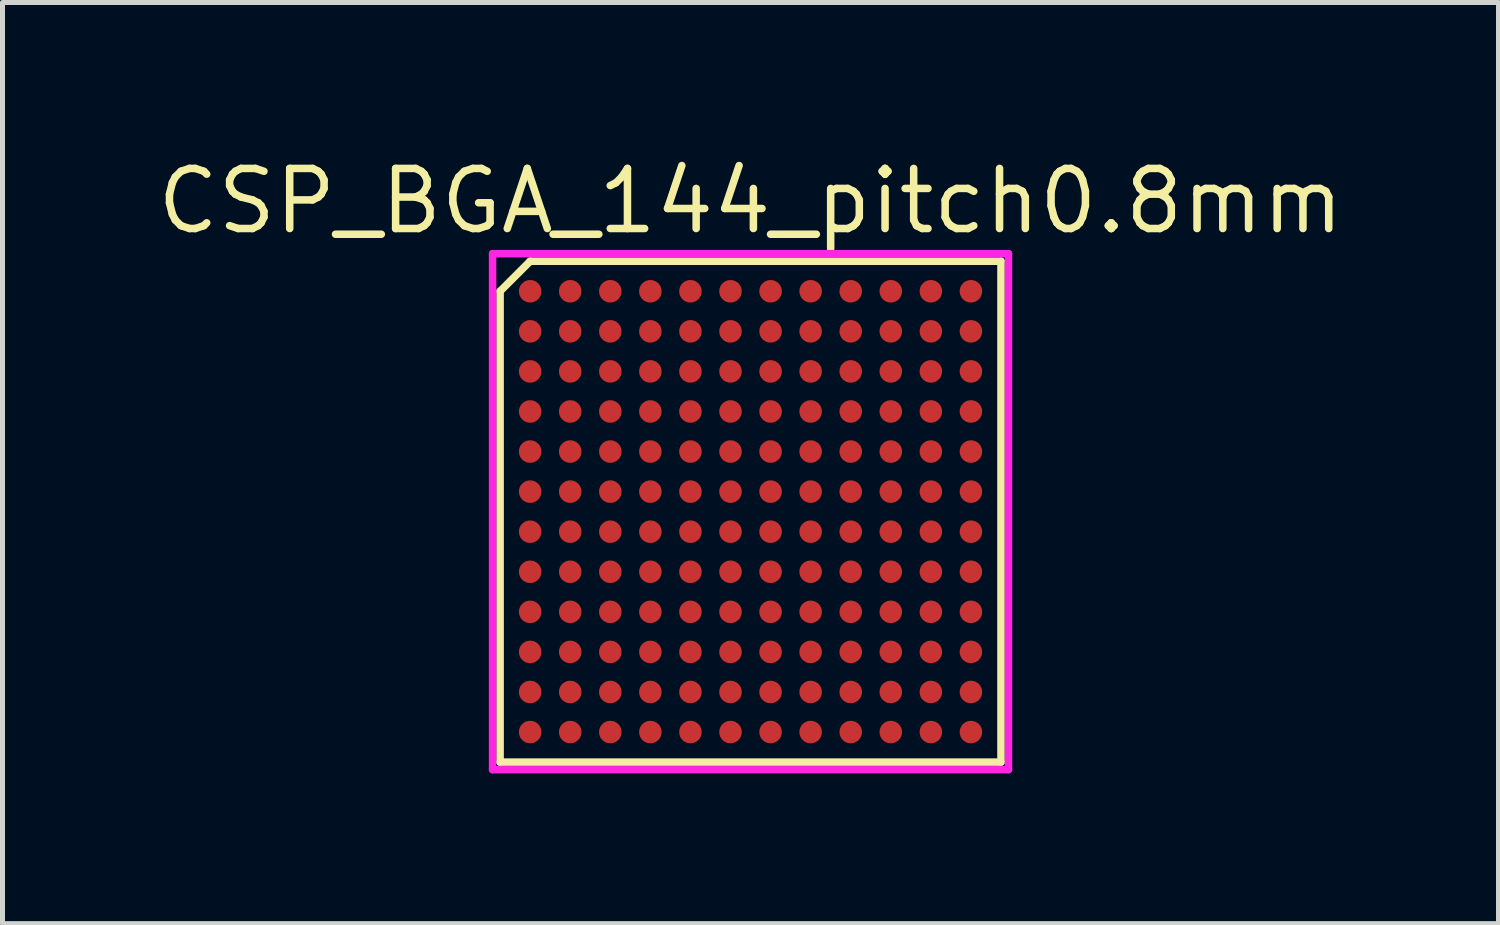
<source format=kicad_pcb>
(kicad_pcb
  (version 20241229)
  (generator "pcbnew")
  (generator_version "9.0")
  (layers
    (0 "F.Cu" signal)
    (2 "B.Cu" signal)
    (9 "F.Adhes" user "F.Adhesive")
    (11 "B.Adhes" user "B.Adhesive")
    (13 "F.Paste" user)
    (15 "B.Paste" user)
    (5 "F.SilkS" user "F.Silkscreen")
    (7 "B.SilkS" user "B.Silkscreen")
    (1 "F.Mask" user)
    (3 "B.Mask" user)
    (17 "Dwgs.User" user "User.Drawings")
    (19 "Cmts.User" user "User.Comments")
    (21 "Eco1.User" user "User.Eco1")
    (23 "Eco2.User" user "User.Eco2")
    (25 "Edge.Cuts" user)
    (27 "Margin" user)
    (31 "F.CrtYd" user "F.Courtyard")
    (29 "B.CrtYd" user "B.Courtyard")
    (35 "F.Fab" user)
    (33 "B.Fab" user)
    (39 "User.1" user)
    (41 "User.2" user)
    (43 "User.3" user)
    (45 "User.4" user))
  (footprint "CSP_BGA_144_pitch0.8mm"
    (layer "F.Cu")
    (at 11.934 7.165)
    (property "Reference" "CSP_BGA_144_pitch0.8mm" (at 0 -6.2 0) (layer "F.SilkS") (effects (font (size 1.2 1.2) (thickness 0.15))))
    (attr smd)
    (fp_line (start -5 -4.4) (end -5 5) (stroke (width 0.15) (type solid)) (layer "F.SilkS"))
    (fp_line (start -5 5) (end 5 5) (stroke (width 0.15) (type solid)) (layer "F.SilkS"))
    (fp_line (start -4.4 -5) (end -5 -4.4) (stroke (width 0.15) (type solid)) (layer "F.SilkS"))
    (fp_line (start 5 -5) (end -4.4 -5) (stroke (width 0.15) (type solid)) (layer "F.SilkS"))
    (fp_line (start 5 5) (end 5 -5) (stroke (width 0.15) (type solid)) (layer "F.SilkS"))
    (fp_line (start -5.15 -5.15) (end 5.15 -5.15) (stroke (width 0.15) (type solid)) (layer "F.CrtYd"))
    (fp_line (start -5.15 5.15) (end -5.15 -5.15) (stroke (width 0.15) (type solid)) (layer "F.CrtYd"))
    (fp_line (start 5.15 -5.15) (end 5.15 5.15) (stroke (width 0.15) (type solid)) (layer "F.CrtYd"))
    (fp_line (start 5.15 5.15) (end -5.15 5.15) (stroke (width 0.15) (type solid)) (layer "F.CrtYd"))
    (pad "A1" smd circle (at -4.4 -4.4) (size 0.45 0.45) (layers "F.Cu" "F.Mask" "F.Paste"))
    (pad "A2" smd circle (at -3.6 -4.4) (size 0.45 0.45) (layers "F.Cu" "F.Mask" "F.Paste"))
    (pad "A3" smd circle (at -2.8 -4.4) (size 0.45 0.45) (layers "F.Cu" "F.Mask" "F.Paste"))
    (pad "A4" smd circle (at -2 -4.4) (size 0.45 0.45) (layers "F.Cu" "F.Mask" "F.Paste"))
    (pad "A5" smd circle (at -1.2 -4.4) (size 0.45 0.45) (layers "F.Cu" "F.Mask" "F.Paste"))
    (pad "A6" smd circle (at -0.4 -4.4) (size 0.45 0.45) (layers "F.Cu" "F.Mask" "F.Paste"))
    (pad "A7" smd circle (at 0.4 -4.4) (size 0.45 0.45) (layers "F.Cu" "F.Mask" "F.Paste"))
    (pad "A8" smd circle (at 1.2 -4.4) (size 0.45 0.45) (layers "F.Cu" "F.Mask" "F.Paste"))
    (pad "A9" smd circle (at 2 -4.4) (size 0.45 0.45) (layers "F.Cu" "F.Mask" "F.Paste"))
    (pad "A10" smd circle (at 2.8 -4.4) (size 0.45 0.45) (layers "F.Cu" "F.Mask" "F.Paste"))
    (pad "A11" smd circle (at 3.6 -4.4) (size 0.45 0.45) (layers "F.Cu" "F.Mask" "F.Paste"))
    (pad "A12" smd circle (at 4.4 -4.4) (size 0.45 0.45) (layers "F.Cu" "F.Mask" "F.Paste"))
    (pad "B1" smd circle (at -4.4 -3.6) (size 0.45 0.45) (layers "F.Cu" "F.Mask" "F.Paste"))
    (pad "B2" smd circle (at -3.6 -3.6) (size 0.45 0.45) (layers "F.Cu" "F.Mask" "F.Paste"))
    (pad "B3" smd circle (at -2.8 -3.6) (size 0.45 0.45) (layers "F.Cu" "F.Mask" "F.Paste"))
    (pad "B4" smd circle (at -2 -3.6) (size 0.45 0.45) (layers "F.Cu" "F.Mask" "F.Paste"))
    (pad "B5" smd circle (at -1.2 -3.6) (size 0.45 0.45) (layers "F.Cu" "F.Mask" "F.Paste"))
    (pad "B6" smd circle (at -0.4 -3.6) (size 0.45 0.45) (layers "F.Cu" "F.Mask" "F.Paste"))
    (pad "B7" smd circle (at 0.4 -3.6) (size 0.45 0.45) (layers "F.Cu" "F.Mask" "F.Paste"))
    (pad "B8" smd circle (at 1.2 -3.6) (size 0.45 0.45) (layers "F.Cu" "F.Mask" "F.Paste"))
    (pad "B9" smd circle (at 2 -3.6) (size 0.45 0.45) (layers "F.Cu" "F.Mask" "F.Paste"))
    (pad "B10" smd circle (at 2.8 -3.6) (size 0.45 0.45) (layers "F.Cu" "F.Mask" "F.Paste"))
    (pad "B11" smd circle (at 3.6 -3.6) (size 0.45 0.45) (layers "F.Cu" "F.Mask" "F.Paste"))
    (pad "B12" smd circle (at 4.4 -3.6) (size 0.45 0.45) (layers "F.Cu" "F.Mask" "F.Paste"))
    (pad "C1" smd circle (at -4.4 -2.8) (size 0.45 0.45) (layers "F.Cu" "F.Mask" "F.Paste"))
    (pad "C2" smd circle (at -3.6 -2.8) (size 0.45 0.45) (layers "F.Cu" "F.Mask" "F.Paste"))
    (pad "C3" smd circle (at -2.8 -2.8) (size 0.45 0.45) (layers "F.Cu" "F.Mask" "F.Paste"))
    (pad "C4" smd circle (at -2 -2.8) (size 0.45 0.45) (layers "F.Cu" "F.Mask" "F.Paste"))
    (pad "C5" smd circle (at -1.2 -2.8) (size 0.45 0.45) (layers "F.Cu" "F.Mask" "F.Paste"))
    (pad "C6" smd circle (at -0.4 -2.8) (size 0.45 0.45) (layers "F.Cu" "F.Mask" "F.Paste"))
    (pad "C7" smd circle (at 0.4 -2.8) (size 0.45 0.45) (layers "F.Cu" "F.Mask" "F.Paste"))
    (pad "C8" smd circle (at 1.2 -2.8) (size 0.45 0.45) (layers "F.Cu" "F.Mask" "F.Paste"))
    (pad "C9" smd circle (at 2 -2.8) (size 0.45 0.45) (layers "F.Cu" "F.Mask" "F.Paste"))
    (pad "C10" smd circle (at 2.8 -2.8) (size 0.45 0.45) (layers "F.Cu" "F.Mask" "F.Paste"))
    (pad "C11" smd circle (at 3.6 -2.8) (size 0.45 0.45) (layers "F.Cu" "F.Mask" "F.Paste"))
    (pad "C12" smd circle (at 4.4 -2.8) (size 0.45 0.45) (layers "F.Cu" "F.Mask" "F.Paste"))
    (pad "D1" smd circle (at -4.4 -2) (size 0.45 0.45) (layers "F.Cu" "F.Mask" "F.Paste"))
    (pad "D2" smd circle (at -3.6 -2) (size 0.45 0.45) (layers "F.Cu" "F.Mask" "F.Paste"))
    (pad "D3" smd circle (at -2.8 -2) (size 0.45 0.45) (layers "F.Cu" "F.Mask" "F.Paste"))
    (pad "D4" smd circle (at -2 -2) (size 0.45 0.45) (layers "F.Cu" "F.Mask" "F.Paste"))
    (pad "D5" smd circle (at -1.2 -2) (size 0.45 0.45) (layers "F.Cu" "F.Mask" "F.Paste"))
    (pad "D6" smd circle (at -0.4 -2) (size 0.45 0.45) (layers "F.Cu" "F.Mask" "F.Paste"))
    (pad "D7" smd circle (at 0.4 -2) (size 0.45 0.45) (layers "F.Cu" "F.Mask" "F.Paste"))
    (pad "D8" smd circle (at 1.2 -2) (size 0.45 0.45) (layers "F.Cu" "F.Mask" "F.Paste"))
    (pad "D9" smd circle (at 2 -2) (size 0.45 0.45) (layers "F.Cu" "F.Mask" "F.Paste"))
    (pad "D10" smd circle (at 2.8 -2) (size 0.45 0.45) (layers "F.Cu" "F.Mask" "F.Paste"))
    (pad "D11" smd circle (at 3.6 -2) (size 0.45 0.45) (layers "F.Cu" "F.Mask" "F.Paste"))
    (pad "D12" smd circle (at 4.4 -2) (size 0.45 0.45) (layers "F.Cu" "F.Mask" "F.Paste"))
    (pad "E1" smd circle (at -4.4 -1.2) (size 0.45 0.45) (layers "F.Cu" "F.Mask" "F.Paste"))
    (pad "E2" smd circle (at -3.6 -1.2) (size 0.45 0.45) (layers "F.Cu" "F.Mask" "F.Paste"))
    (pad "E3" smd circle (at -2.8 -1.2) (size 0.45 0.45) (layers "F.Cu" "F.Mask" "F.Paste"))
    (pad "E4" smd circle (at -2 -1.2) (size 0.45 0.45) (layers "F.Cu" "F.Mask" "F.Paste"))
    (pad "E5" smd circle (at -1.2 -1.2) (size 0.45 0.45) (layers "F.Cu" "F.Mask" "F.Paste"))
    (pad "E6" smd circle (at -0.4 -1.2) (size 0.45 0.45) (layers "F.Cu" "F.Mask" "F.Paste"))
    (pad "E7" smd circle (at 0.4 -1.2) (size 0.45 0.45) (layers "F.Cu" "F.Mask" "F.Paste"))
    (pad "E8" smd circle (at 1.2 -1.2) (size 0.45 0.45) (layers "F.Cu" "F.Mask" "F.Paste"))
    (pad "E9" smd circle (at 2 -1.2) (size 0.45 0.45) (layers "F.Cu" "F.Mask" "F.Paste"))
    (pad "E10" smd circle (at 2.8 -1.2) (size 0.45 0.45) (layers "F.Cu" "F.Mask" "F.Paste"))
    (pad "E11" smd circle (at 3.6 -1.2) (size 0.45 0.45) (layers "F.Cu" "F.Mask" "F.Paste"))
    (pad "E12" smd circle (at 4.4 -1.2) (size 0.45 0.45) (layers "F.Cu" "F.Mask" "F.Paste"))
    (pad "F1" smd circle (at -4.4 -0.4) (size 0.45 0.45) (layers "F.Cu" "F.Mask" "F.Paste"))
    (pad "F2" smd circle (at -3.6 -0.4) (size 0.45 0.45) (layers "F.Cu" "F.Mask" "F.Paste"))
    (pad "F3" smd circle (at -2.8 -0.4) (size 0.45 0.45) (layers "F.Cu" "F.Mask" "F.Paste"))
    (pad "F4" smd circle (at -2 -0.4) (size 0.45 0.45) (layers "F.Cu" "F.Mask" "F.Paste"))
    (pad "F5" smd circle (at -1.2 -0.4) (size 0.45 0.45) (layers "F.Cu" "F.Mask" "F.Paste"))
    (pad "F6" smd circle (at -0.4 -0.4) (size 0.45 0.45) (layers "F.Cu" "F.Mask" "F.Paste"))
    (pad "F7" smd circle (at 0.4 -0.4) (size 0.45 0.45) (layers "F.Cu" "F.Mask" "F.Paste"))
    (pad "F8" smd circle (at 1.2 -0.4) (size 0.45 0.45) (layers "F.Cu" "F.Mask" "F.Paste"))
    (pad "F9" smd circle (at 2 -0.4) (size 0.45 0.45) (layers "F.Cu" "F.Mask" "F.Paste"))
    (pad "F10" smd circle (at 2.8 -0.4) (size 0.45 0.45) (layers "F.Cu" "F.Mask" "F.Paste"))
    (pad "F11" smd circle (at 3.6 -0.4) (size 0.45 0.45) (layers "F.Cu" "F.Mask" "F.Paste"))
    (pad "F12" smd circle (at 4.4 -0.4) (size 0.45 0.45) (layers "F.Cu" "F.Mask" "F.Paste"))
    (pad "G1" smd circle (at -4.4 0.4) (size 0.45 0.45) (layers "F.Cu" "F.Mask" "F.Paste"))
    (pad "G2" smd circle (at -3.6 0.4) (size 0.45 0.45) (layers "F.Cu" "F.Mask" "F.Paste"))
    (pad "G3" smd circle (at -2.8 0.4) (size 0.45 0.45) (layers "F.Cu" "F.Mask" "F.Paste"))
    (pad "G4" smd circle (at -2 0.4) (size 0.45 0.45) (layers "F.Cu" "F.Mask" "F.Paste"))
    (pad "G5" smd circle (at -1.2 0.4) (size 0.45 0.45) (layers "F.Cu" "F.Mask" "F.Paste"))
    (pad "G6" smd circle (at -0.4 0.4) (size 0.45 0.45) (layers "F.Cu" "F.Mask" "F.Paste"))
    (pad "G7" smd circle (at 0.4 0.4) (size 0.45 0.45) (layers "F.Cu" "F.Mask" "F.Paste"))
    (pad "G8" smd circle (at 1.2 0.4) (size 0.45 0.45) (layers "F.Cu" "F.Mask" "F.Paste"))
    (pad "G9" smd circle (at 2 0.4) (size 0.45 0.45) (layers "F.Cu" "F.Mask" "F.Paste"))
    (pad "G10" smd circle (at 2.8 0.4) (size 0.45 0.45) (layers "F.Cu" "F.Mask" "F.Paste"))
    (pad "G11" smd circle (at 3.6 0.4) (size 0.45 0.45) (layers "F.Cu" "F.Mask" "F.Paste"))
    (pad "G12" smd circle (at 4.4 0.4) (size 0.45 0.45) (layers "F.Cu" "F.Mask" "F.Paste"))
    (pad "H1" smd circle (at -4.4 1.2) (size 0.45 0.45) (layers "F.Cu" "F.Mask" "F.Paste"))
    (pad "H2" smd circle (at -3.6 1.2) (size 0.45 0.45) (layers "F.Cu" "F.Mask" "F.Paste"))
    (pad "H3" smd circle (at -2.8 1.2) (size 0.45 0.45) (layers "F.Cu" "F.Mask" "F.Paste"))
    (pad "H4" smd circle (at -2 1.2) (size 0.45 0.45) (layers "F.Cu" "F.Mask" "F.Paste"))
    (pad "H5" smd circle (at -1.2 1.2) (size 0.45 0.45) (layers "F.Cu" "F.Mask" "F.Paste"))
    (pad "H6" smd circle (at -0.4 1.2) (size 0.45 0.45) (layers "F.Cu" "F.Mask" "F.Paste"))
    (pad "H7" smd circle (at 0.4 1.2) (size 0.45 0.45) (layers "F.Cu" "F.Mask" "F.Paste"))
    (pad "H8" smd circle (at 1.2 1.2) (size 0.45 0.45) (layers "F.Cu" "F.Mask" "F.Paste"))
    (pad "H9" smd circle (at 2 1.2) (size 0.45 0.45) (layers "F.Cu" "F.Mask" "F.Paste"))
    (pad "H10" smd circle (at 2.8 1.2) (size 0.45 0.45) (layers "F.Cu" "F.Mask" "F.Paste"))
    (pad "H11" smd circle (at 3.6 1.2) (size 0.45 0.45) (layers "F.Cu" "F.Mask" "F.Paste"))
    (pad "H12" smd circle (at 4.4 1.2) (size 0.45 0.45) (layers "F.Cu" "F.Mask" "F.Paste"))
    (pad "J1" smd circle (at -4.4 2) (size 0.45 0.45) (layers "F.Cu" "F.Mask" "F.Paste"))
    (pad "J2" smd circle (at -3.6 2) (size 0.45 0.45) (layers "F.Cu" "F.Mask" "F.Paste"))
    (pad "J3" smd circle (at -2.8 2) (size 0.45 0.45) (layers "F.Cu" "F.Mask" "F.Paste"))
    (pad "J4" smd circle (at -2 2) (size 0.45 0.45) (layers "F.Cu" "F.Mask" "F.Paste"))
    (pad "J5" smd circle (at -1.2 2) (size 0.45 0.45) (layers "F.Cu" "F.Mask" "F.Paste"))
    (pad "J6" smd circle (at -0.4 2) (size 0.45 0.45) (layers "F.Cu" "F.Mask" "F.Paste"))
    (pad "J7" smd circle (at 0.4 2) (size 0.45 0.45) (layers "F.Cu" "F.Mask" "F.Paste"))
    (pad "J8" smd circle (at 1.2 2) (size 0.45 0.45) (layers "F.Cu" "F.Mask" "F.Paste"))
    (pad "J9" smd circle (at 2 2) (size 0.45 0.45) (layers "F.Cu" "F.Mask" "F.Paste"))
    (pad "J10" smd circle (at 2.8 2) (size 0.45 0.45) (layers "F.Cu" "F.Mask" "F.Paste"))
    (pad "J11" smd circle (at 3.6 2) (size 0.45 0.45) (layers "F.Cu" "F.Mask" "F.Paste"))
    (pad "J12" smd circle (at 4.4 2) (size 0.45 0.45) (layers "F.Cu" "F.Mask" "F.Paste"))
    (pad "K1" smd circle (at -4.4 2.8) (size 0.45 0.45) (layers "F.Cu" "F.Mask" "F.Paste"))
    (pad "K2" smd circle (at -3.6 2.8) (size 0.45 0.45) (layers "F.Cu" "F.Mask" "F.Paste"))
    (pad "K3" smd circle (at -2.8 2.8) (size 0.45 0.45) (layers "F.Cu" "F.Mask" "F.Paste"))
    (pad "K4" smd circle (at -2 2.8) (size 0.45 0.45) (layers "F.Cu" "F.Mask" "F.Paste"))
    (pad "K5" smd circle (at -1.2 2.8) (size 0.45 0.45) (layers "F.Cu" "F.Mask" "F.Paste"))
    (pad "K6" smd circle (at -0.4 2.8) (size 0.45 0.45) (layers "F.Cu" "F.Mask" "F.Paste"))
    (pad "K7" smd circle (at 0.4 2.8) (size 0.45 0.45) (layers "F.Cu" "F.Mask" "F.Paste"))
    (pad "K8" smd circle (at 1.2 2.8) (size 0.45 0.45) (layers "F.Cu" "F.Mask" "F.Paste"))
    (pad "K9" smd circle (at 2 2.8) (size 0.45 0.45) (layers "F.Cu" "F.Mask" "F.Paste"))
    (pad "K10" smd circle (at 2.8 2.8) (size 0.45 0.45) (layers "F.Cu" "F.Mask" "F.Paste"))
    (pad "K11" smd circle (at 3.6 2.8) (size 0.45 0.45) (layers "F.Cu" "F.Mask" "F.Paste"))
    (pad "K12" smd circle (at 4.4 2.8) (size 0.45 0.45) (layers "F.Cu" "F.Mask" "F.Paste"))
    (pad "L1" smd circle (at -4.4 3.6) (size 0.45 0.45) (layers "F.Cu" "F.Mask" "F.Paste"))
    (pad "L2" smd circle (at -3.6 3.6) (size 0.45 0.45) (layers "F.Cu" "F.Mask" "F.Paste"))
    (pad "L3" smd circle (at -2.8 3.6) (size 0.45 0.45) (layers "F.Cu" "F.Mask" "F.Paste"))
    (pad "L4" smd circle (at -2 3.6) (size 0.45 0.45) (layers "F.Cu" "F.Mask" "F.Paste"))
    (pad "L5" smd circle (at -1.2 3.6) (size 0.45 0.45) (layers "F.Cu" "F.Mask" "F.Paste"))
    (pad "L6" smd circle (at -0.4 3.6) (size 0.45 0.45) (layers "F.Cu" "F.Mask" "F.Paste"))
    (pad "L7" smd circle (at 0.4 3.6) (size 0.45 0.45) (layers "F.Cu" "F.Mask" "F.Paste"))
    (pad "L8" smd circle (at 1.2 3.6) (size 0.45 0.45) (layers "F.Cu" "F.Mask" "F.Paste"))
    (pad "L9" smd circle (at 2 3.6) (size 0.45 0.45) (layers "F.Cu" "F.Mask" "F.Paste"))
    (pad "L10" smd circle (at 2.8 3.6) (size 0.45 0.45) (layers "F.Cu" "F.Mask" "F.Paste"))
    (pad "L11" smd circle (at 3.6 3.6) (size 0.45 0.45) (layers "F.Cu" "F.Mask" "F.Paste"))
    (pad "L12" smd circle (at 4.4 3.6) (size 0.45 0.45) (layers "F.Cu" "F.Mask" "F.Paste"))
    (pad "M1" smd circle (at -4.4 4.4) (size 0.45 0.45) (layers "F.Cu" "F.Mask" "F.Paste"))
    (pad "M2" smd circle (at -3.6 4.4) (size 0.45 0.45) (layers "F.Cu" "F.Mask" "F.Paste"))
    (pad "M3" smd circle (at -2.8 4.4) (size 0.45 0.45) (layers "F.Cu" "F.Mask" "F.Paste"))
    (pad "M4" smd circle (at -2 4.4) (size 0.45 0.45) (layers "F.Cu" "F.Mask" "F.Paste"))
    (pad "M5" smd circle (at -1.2 4.4) (size 0.45 0.45) (layers "F.Cu" "F.Mask" "F.Paste"))
    (pad "M6" smd circle (at -0.4 4.4) (size 0.45 0.45) (layers "F.Cu" "F.Mask" "F.Paste"))
    (pad "M7" smd circle (at 0.4 4.4) (size 0.45 0.45) (layers "F.Cu" "F.Mask" "F.Paste"))
    (pad "M8" smd circle (at 1.2 4.4) (size 0.45 0.45) (layers "F.Cu" "F.Mask" "F.Paste"))
    (pad "M9" smd circle (at 2 4.4) (size 0.45 0.45) (layers "F.Cu" "F.Mask" "F.Paste"))
    (pad "M10" smd circle (at 2.8 4.4) (size 0.45 0.45) (layers "F.Cu" "F.Mask" "F.Paste"))
    (pad "M11" smd circle (at 3.6 4.4) (size 0.45 0.45) (layers "F.Cu" "F.Mask" "F.Paste"))
    (pad "M12" smd circle (at 4.4 4.4) (size 0.45 0.45) (layers "F.Cu" "F.Mask" "F.Paste")))
  (gr_rect
    (start -3 -3)
    (end 26.867 15.39)
    (stroke (width 0.1) (type default))
    (fill no)
    (layer "Edge.Cuts")))
</source>
